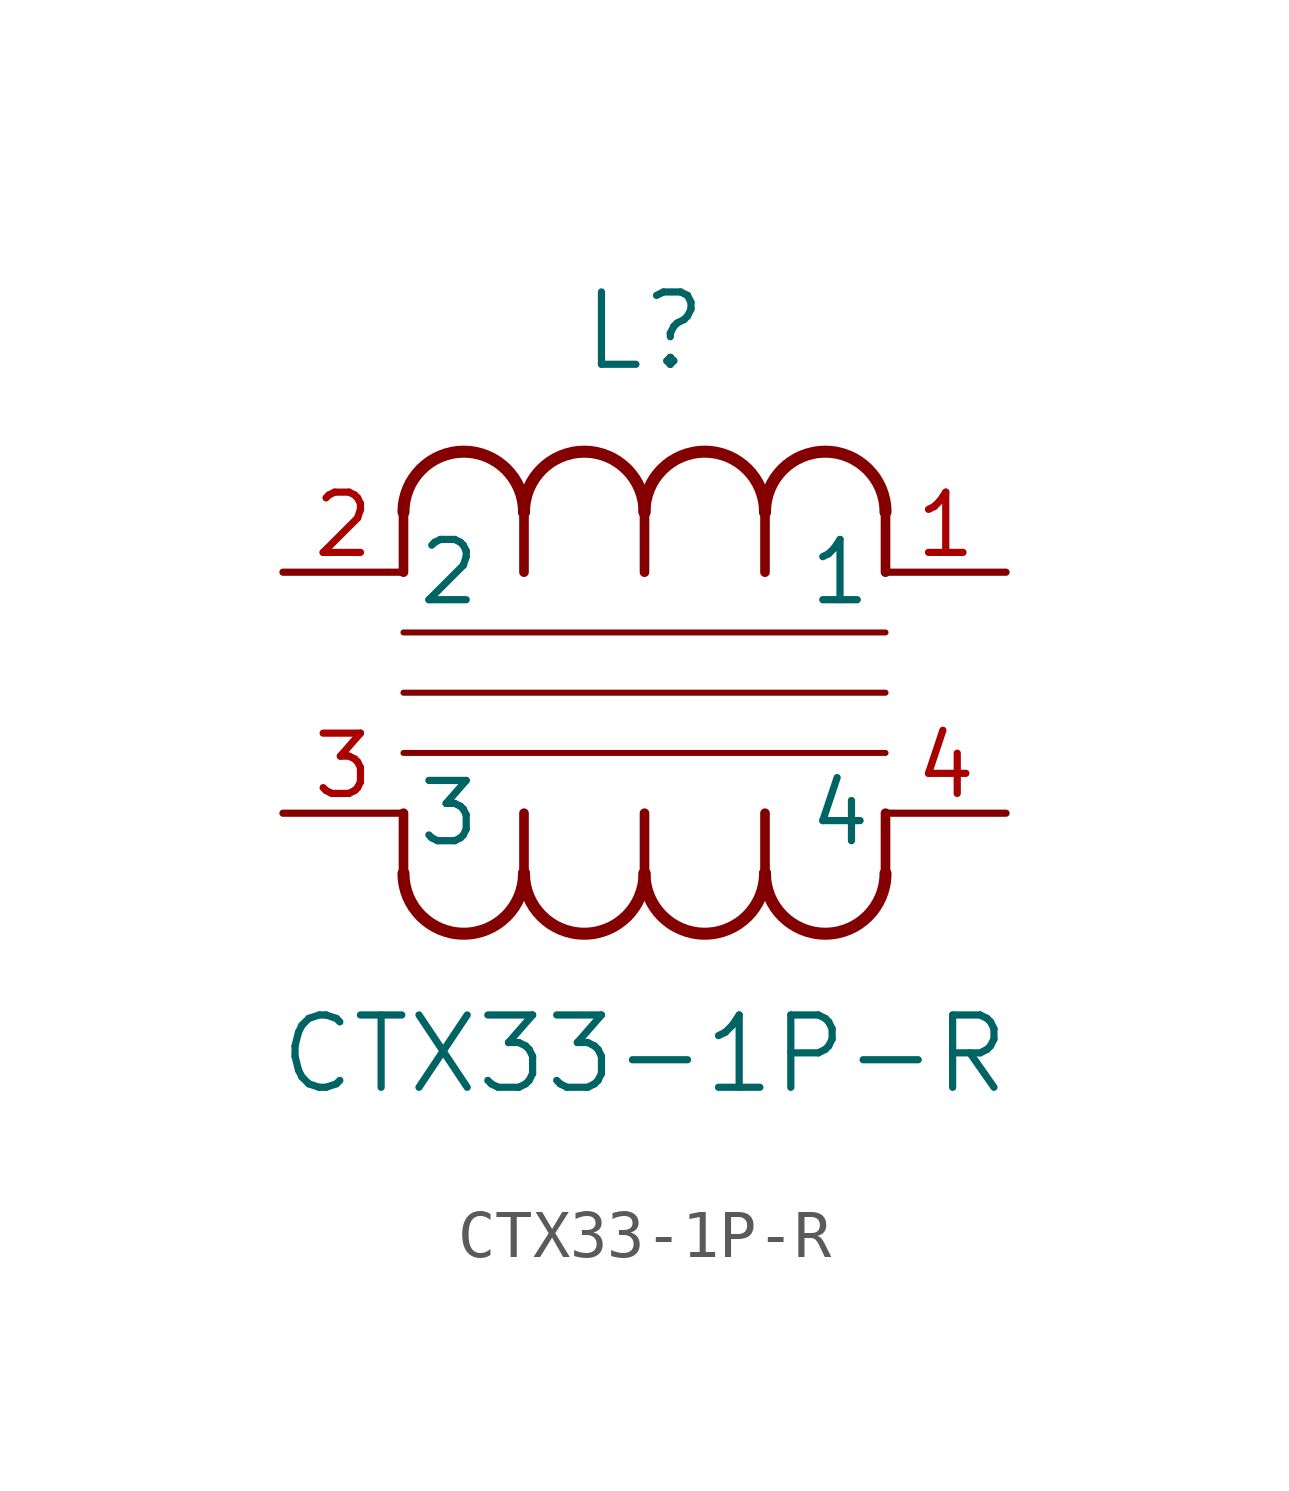
<source format=kicad_sym>
(kicad_symbol_lib
  (version 20220914)
  (generator kicad_symbol_editor)
  (symbol "CTX33-1P-R"
    (pin_names
      (offset 0.254))
    (property "Reference" "L"
      (at 5.08 10.16 0)
      (effects (font (size 1.524 1.524))))
    (property "Value" "CTX33-1P-R"
      (at 5.08 -5.08 0)
      (effects (font (size 1.524 1.524))))
    (symbol "CTX33-1P-R_0_1"
      (arc (start 0 -1.27) (mid 1.27 -2.5345) (end 2.54 -1.27) (stroke (width 0.254) (type default)) (fill (type none)))
      (polyline (pts (xy 0 0) (xy 0 -1.27)) (stroke (width 0.203) (type default)) (fill (type none)))
      (polyline (pts (xy 0 1.27) (xy 10.16 1.27)) (stroke (width 0.127) (type default)) (fill (type none)))
      (polyline (pts (xy 0 2.54) (xy 10.16 2.54)) (stroke (width 0.127) (type default)) (fill (type none)))
      (polyline (pts (xy 0 3.81) (xy 10.16 3.81)) (stroke (width 0.127) (type default)) (fill (type none)))
      (polyline (pts (xy 0 5.08) (xy 0 6.35)) (stroke (width 0.203) (type default)) (fill (type none)))
      (polyline (pts (xy 2.54 0) (xy 2.54 -1.27)) (stroke (width 0.203) (type default)) (fill (type none)))
      (polyline (pts (xy 2.54 5.08) (xy 2.54 6.35)) (stroke (width 0.203) (type default)) (fill (type none)))
      (polyline (pts (xy 5.08 0) (xy 5.08 -1.27)) (stroke (width 0.203) (type default)) (fill (type none)))
      (polyline (pts (xy 5.08 5.08) (xy 5.08 6.35)) (stroke (width 0.203) (type default)) (fill (type none)))
      (polyline (pts (xy 7.62 0) (xy 7.62 -1.27)) (stroke (width 0.203) (type default)) (fill (type none)))
      (polyline (pts (xy 7.62 5.08) (xy 7.62 6.35)) (stroke (width 0.203) (type default)) (fill (type none)))
      (polyline (pts (xy 10.16 0) (xy 10.16 -1.27)) (stroke (width 0.203) (type default)) (fill (type none)))
      (polyline (pts (xy 10.16 5.08) (xy 10.16 6.35)) (stroke (width 0.203) (type default)) (fill (type none)))
      (arc (start 2.54 -1.27) (mid 3.81 -2.5345) (end 5.08 -1.27) (stroke (width 0.254) (type default)) (fill (type none)))
      (arc (start 2.54 6.35) (mid 1.27 7.6145) (end 0 6.35) (stroke (width 0.254) (type default)) (fill (type none)))
      (arc (start 5.08 -1.27) (mid 6.35 -2.5345) (end 7.62 -1.27) (stroke (width 0.254) (type default)) (fill (type none)))
      (arc (start 5.08 6.35) (mid 3.81 7.6145) (end 2.54 6.35) (stroke (width 0.254) (type default)) (fill (type none)))
      (arc (start 7.62 -1.27) (mid 8.89 -2.5345) (end 10.16 -1.27) (stroke (width 0.254) (type default)) (fill (type none)))
      (arc (start 7.62 6.35) (mid 6.35 7.6145) (end 5.08 6.35) (stroke (width 0.254) (type default)) (fill (type none)))
      (arc (start 10.16 6.35) (mid 8.89 7.6145) (end 7.62 6.35) (stroke (width 0.254) (type default)) (fill (type none)))
      (pin unspecified line (at 12.7 5.08 180) (length 2.54) (name "1" (effects (font (size 1.27 1.27)))) (number "1" (effects (font (size 1.27 1.27)))))
      (pin unspecified line (at -2.54 5.08 0) (length 2.54) (name "2" (effects (font (size 1.27 1.27)))) (number "2" (effects (font (size 1.27 1.27)))))
      (pin unspecified line (at -2.54 0 0) (length 2.54) (name "3" (effects (font (size 1.27 1.27)))) (number "3" (effects (font (size 1.27 1.27)))))
      (pin unspecified line (at 12.7 0 180) (length 2.54) (name "4" (effects (font (size 1.27 1.27)))) (number "4" (effects (font (size 1.27 1.27))))))))
</source>
